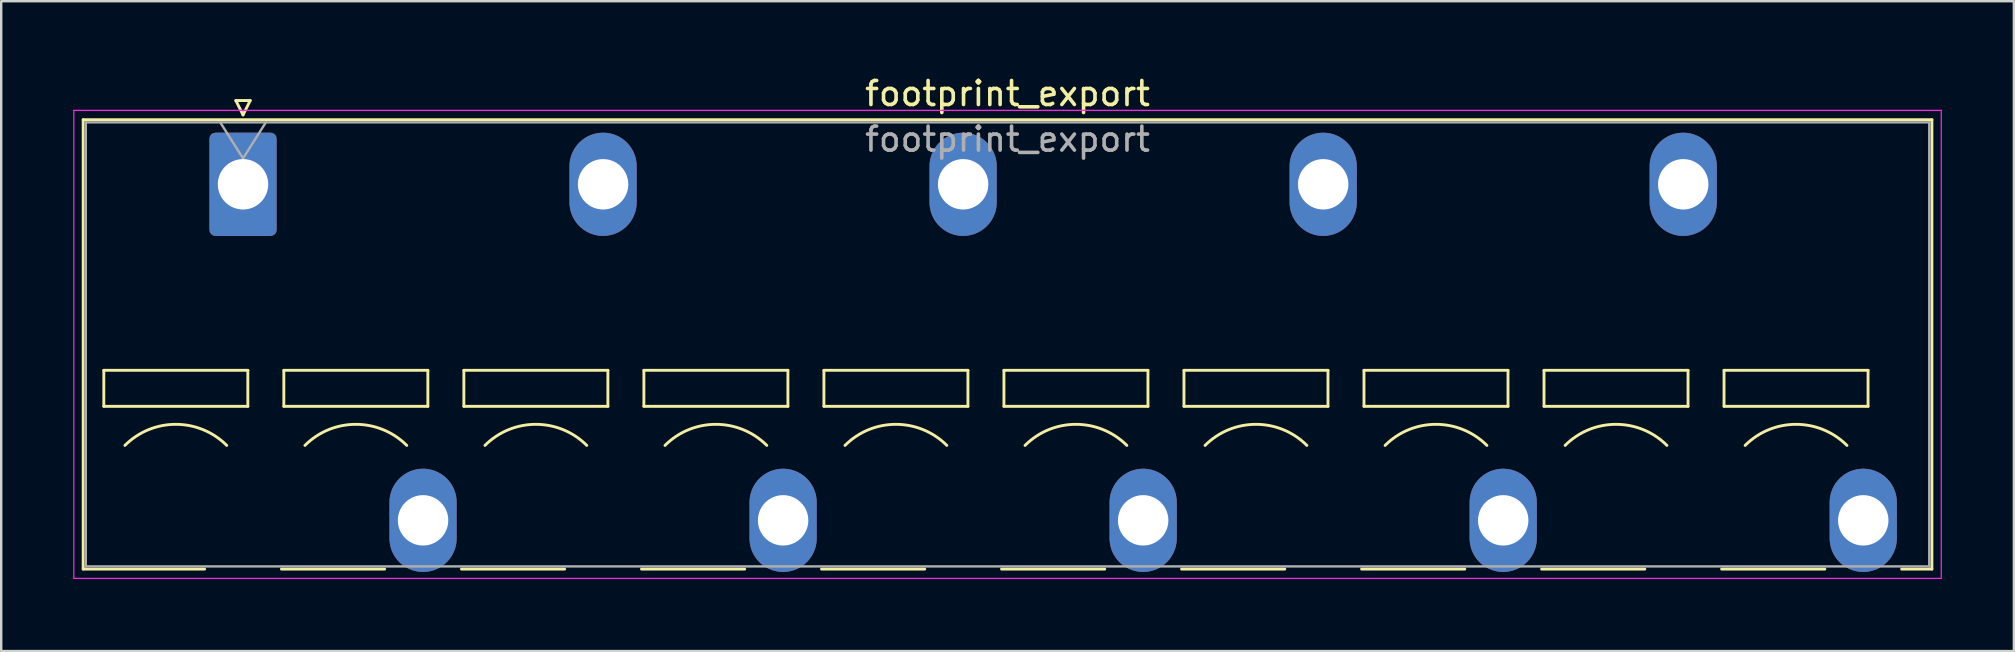
<source format=kicad_pcb>
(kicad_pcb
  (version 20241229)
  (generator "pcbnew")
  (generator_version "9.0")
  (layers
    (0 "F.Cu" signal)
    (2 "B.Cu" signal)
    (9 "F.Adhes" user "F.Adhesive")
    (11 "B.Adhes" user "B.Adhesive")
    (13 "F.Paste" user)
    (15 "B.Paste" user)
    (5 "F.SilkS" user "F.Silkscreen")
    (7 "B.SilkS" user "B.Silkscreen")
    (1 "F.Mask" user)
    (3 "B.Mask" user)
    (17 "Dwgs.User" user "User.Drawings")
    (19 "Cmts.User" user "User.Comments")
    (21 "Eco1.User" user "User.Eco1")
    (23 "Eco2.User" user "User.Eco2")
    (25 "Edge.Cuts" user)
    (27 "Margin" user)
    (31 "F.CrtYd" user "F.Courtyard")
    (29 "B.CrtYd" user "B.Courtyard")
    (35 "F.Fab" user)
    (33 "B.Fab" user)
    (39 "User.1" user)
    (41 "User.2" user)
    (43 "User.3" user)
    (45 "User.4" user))
  (footprint "footprint_export"
    (layer "F.Cu")
    (at 7.075 4.628)
    (property "Reference" "footprint_export" (at 31.85 -3.78 0) (layer "F.SilkS") (effects (font (size 1 1) (thickness 0.15))))
    (attr through_hole)
    (fp_line (start -6.66 -2.69) (end 70.36 -2.69) (stroke (width 0.12) (type solid)) (layer "F.SilkS"))
    (fp_line (start -6.66 16.03) (end -6.66 -2.69) (stroke (width 0.12) (type solid)) (layer "F.SilkS"))
    (fp_line (start -6.66 16.03) (end -1.6 16.03) (stroke (width 0.12) (type solid)) (layer "F.SilkS"))
    (fp_line (start -5.8 7.75) (end -5.8 9.25) (stroke (width 0.12) (type solid)) (layer "F.SilkS"))
    (fp_line (start -5.8 9.25) (end 0.2 9.25) (stroke (width 0.12) (type solid)) (layer "F.SilkS"))
    (fp_line (start -0.3 -3.49) (end 0 -2.89) (stroke (width 0.12) (type solid)) (layer "F.SilkS"))
    (fp_line (start -0.3 -3.49) (end 0.3 -3.49) (stroke (width 0.12) (type solid)) (layer "F.SilkS"))
    (fp_line (start 0.2 7.75) (end -5.8 7.75) (stroke (width 0.12) (type solid)) (layer "F.SilkS"))
    (fp_line (start 0.2 9.25) (end 0.2 7.75) (stroke (width 0.12) (type solid)) (layer "F.SilkS"))
    (fp_line (start 0.3 -3.49) (end 0 -2.89) (stroke (width 0.12) (type solid)) (layer "F.SilkS"))
    (fp_line (start 1.6 16.03) (end 5.9 16.03) (stroke (width 0.12) (type solid)) (layer "F.SilkS"))
    (fp_line (start 1.7 7.75) (end 1.7 9.25) (stroke (width 0.12) (type solid)) (layer "F.SilkS"))
    (fp_line (start 1.7 9.25) (end 7.7 9.25) (stroke (width 0.12) (type solid)) (layer "F.SilkS"))
    (fp_line (start 7.7 7.75) (end 1.7 7.75) (stroke (width 0.12) (type solid)) (layer "F.SilkS"))
    (fp_line (start 7.7 9.25) (end 7.7 7.75) (stroke (width 0.12) (type solid)) (layer "F.SilkS"))
    (fp_line (start 9.1 16.03) (end 13.4 16.03) (stroke (width 0.12) (type solid)) (layer "F.SilkS"))
    (fp_line (start 9.2 7.75) (end 9.2 9.25) (stroke (width 0.12) (type solid)) (layer "F.SilkS"))
    (fp_line (start 9.2 9.25) (end 15.2 9.25) (stroke (width 0.12) (type solid)) (layer "F.SilkS"))
    (fp_line (start 15.2 7.75) (end 9.2 7.75) (stroke (width 0.12) (type solid)) (layer "F.SilkS"))
    (fp_line (start 15.2 9.25) (end 15.2 7.75) (stroke (width 0.12) (type solid)) (layer "F.SilkS"))
    (fp_line (start 16.6 16.03) (end 20.9 16.03) (stroke (width 0.12) (type solid)) (layer "F.SilkS"))
    (fp_line (start 16.7 7.75) (end 16.7 9.25) (stroke (width 0.12) (type solid)) (layer "F.SilkS"))
    (fp_line (start 16.7 9.25) (end 22.7 9.25) (stroke (width 0.12) (type solid)) (layer "F.SilkS"))
    (fp_line (start 22.7 7.75) (end 16.7 7.75) (stroke (width 0.12) (type solid)) (layer "F.SilkS"))
    (fp_line (start 22.7 9.25) (end 22.7 7.75) (stroke (width 0.12) (type solid)) (layer "F.SilkS"))
    (fp_line (start 24.1 16.03) (end 28.4 16.03) (stroke (width 0.12) (type solid)) (layer "F.SilkS"))
    (fp_line (start 24.2 7.75) (end 24.2 9.25) (stroke (width 0.12) (type solid)) (layer "F.SilkS"))
    (fp_line (start 24.2 9.25) (end 30.2 9.25) (stroke (width 0.12) (type solid)) (layer "F.SilkS"))
    (fp_line (start 30.2 7.75) (end 24.2 7.75) (stroke (width 0.12) (type solid)) (layer "F.SilkS"))
    (fp_line (start 30.2 9.25) (end 30.2 7.75) (stroke (width 0.12) (type solid)) (layer "F.SilkS"))
    (fp_line (start 31.6 16.03) (end 35.9 16.03) (stroke (width 0.12) (type solid)) (layer "F.SilkS"))
    (fp_line (start 31.7 7.75) (end 31.7 9.25) (stroke (width 0.12) (type solid)) (layer "F.SilkS"))
    (fp_line (start 31.7 9.25) (end 37.7 9.25) (stroke (width 0.12) (type solid)) (layer "F.SilkS"))
    (fp_line (start 37.7 7.75) (end 31.7 7.75) (stroke (width 0.12) (type solid)) (layer "F.SilkS"))
    (fp_line (start 37.7 9.25) (end 37.7 7.75) (stroke (width 0.12) (type solid)) (layer "F.SilkS"))
    (fp_line (start 39.1 16.03) (end 43.4 16.03) (stroke (width 0.12) (type solid)) (layer "F.SilkS"))
    (fp_line (start 39.2 7.75) (end 39.2 9.25) (stroke (width 0.12) (type solid)) (layer "F.SilkS"))
    (fp_line (start 39.2 9.25) (end 45.2 9.25) (stroke (width 0.12) (type solid)) (layer "F.SilkS"))
    (fp_line (start 45.2 7.75) (end 39.2 7.75) (stroke (width 0.12) (type solid)) (layer "F.SilkS"))
    (fp_line (start 45.2 9.25) (end 45.2 7.75) (stroke (width 0.12) (type solid)) (layer "F.SilkS"))
    (fp_line (start 46.6 16.03) (end 50.9 16.03) (stroke (width 0.12) (type solid)) (layer "F.SilkS"))
    (fp_line (start 46.7 7.75) (end 46.7 9.25) (stroke (width 0.12) (type solid)) (layer "F.SilkS"))
    (fp_line (start 46.7 9.25) (end 52.7 9.25) (stroke (width 0.12) (type solid)) (layer "F.SilkS"))
    (fp_line (start 52.7 7.75) (end 46.7 7.75) (stroke (width 0.12) (type solid)) (layer "F.SilkS"))
    (fp_line (start 52.7 9.25) (end 52.7 7.75) (stroke (width 0.12) (type solid)) (layer "F.SilkS"))
    (fp_line (start 54.1 16.03) (end 58.4 16.03) (stroke (width 0.12) (type solid)) (layer "F.SilkS"))
    (fp_line (start 54.2 7.75) (end 54.2 9.25) (stroke (width 0.12) (type solid)) (layer "F.SilkS"))
    (fp_line (start 54.2 9.25) (end 60.2 9.25) (stroke (width 0.12) (type solid)) (layer "F.SilkS"))
    (fp_line (start 60.2 7.75) (end 54.2 7.75) (stroke (width 0.12) (type solid)) (layer "F.SilkS"))
    (fp_line (start 60.2 9.25) (end 60.2 7.75) (stroke (width 0.12) (type solid)) (layer "F.SilkS"))
    (fp_line (start 61.6 16.03) (end 65.9 16.03) (stroke (width 0.12) (type solid)) (layer "F.SilkS"))
    (fp_line (start 61.7 7.75) (end 61.7 9.25) (stroke (width 0.12) (type solid)) (layer "F.SilkS"))
    (fp_line (start 61.7 9.25) (end 67.7 9.25) (stroke (width 0.12) (type solid)) (layer "F.SilkS"))
    (fp_line (start 67.7 7.75) (end 61.7 7.75) (stroke (width 0.12) (type solid)) (layer "F.SilkS"))
    (fp_line (start 67.7 9.25) (end 67.7 7.75) (stroke (width 0.12) (type solid)) (layer "F.SilkS"))
    (fp_line (start 69.1 16.03) (end 70.36 16.03) (stroke (width 0.12) (type solid)) (layer "F.SilkS"))
    (fp_line (start 70.36 -2.69) (end 70.36 16.03) (stroke (width 0.12) (type solid)) (layer "F.SilkS"))
    (fp_arc (start -4.92132 10.87868) (mid -2.8 10) (end -0.67868 10.87868) (stroke (width 0.12) (type solid)) (layer "F.SilkS"))
    (fp_arc (start 2.57868 10.87868) (mid 4.7 10) (end 6.82132 10.87868) (stroke (width 0.12) (type solid)) (layer "F.SilkS"))
    (fp_arc (start 10.07868 10.87868) (mid 12.2 10) (end 14.32132 10.87868) (stroke (width 0.12) (type solid)) (layer "F.SilkS"))
    (fp_arc (start 17.57868 10.87868) (mid 19.7 10) (end 21.82132 10.87868) (stroke (width 0.12) (type solid)) (layer "F.SilkS"))
    (fp_arc (start 25.07868 10.87868) (mid 27.2 10) (end 29.32132 10.87868) (stroke (width 0.12) (type solid)) (layer "F.SilkS"))
    (fp_arc (start 32.57868 10.87868) (mid 34.7 10) (end 36.82132 10.87868) (stroke (width 0.12) (type solid)) (layer "F.SilkS"))
    (fp_arc (start 40.07868 10.87868) (mid 42.2 10) (end 44.32132 10.87868) (stroke (width 0.12) (type solid)) (layer "F.SilkS"))
    (fp_arc (start 47.57868 10.87868) (mid 49.7 10) (end 51.82132 10.87868) (stroke (width 0.12) (type solid)) (layer "F.SilkS"))
    (fp_arc (start 55.07868 10.87868) (mid 57.2 10) (end 59.32132 10.87868) (stroke (width 0.12) (type solid)) (layer "F.SilkS"))
    (fp_arc (start 62.57868 10.87868) (mid 64.7 10) (end 66.82132 10.87868) (stroke (width 0.12) (type solid)) (layer "F.SilkS"))
    (fp_line (start -7.05 -3.08) (end -7.05 16.42) (stroke (width 0.05) (type solid)) (layer "F.CrtYd"))
    (fp_line (start -7.05 16.42) (end 70.75 16.42) (stroke (width 0.05) (type solid)) (layer "F.CrtYd"))
    (fp_line (start 70.75 -3.08) (end -7.05 -3.08) (stroke (width 0.05) (type solid)) (layer "F.CrtYd"))
    (fp_line (start 70.75 16.42) (end 70.75 -3.08) (stroke (width 0.05) (type solid)) (layer "F.CrtYd"))
    (fp_line (start -6.55 -2.58) (end -6.55 15.92) (stroke (width 0.1) (type solid)) (layer "F.Fab"))
    (fp_line (start -6.55 15.92) (end 70.25 15.92) (stroke (width 0.1) (type solid)) (layer "F.Fab"))
    (fp_line (start -0.95 -2.58) (end 0 -1.08) (stroke (width 0.1) (type solid)) (layer "F.Fab"))
    (fp_line (start 0.95 -2.58) (end 0 -1.08) (stroke (width 0.1) (type solid)) (layer "F.Fab"))
    (fp_line (start 70.25 -2.58) (end -6.55 -2.58) (stroke (width 0.1) (type solid)) (layer "F.Fab"))
    (fp_line (start 70.25 15.92) (end 70.25 -2.58) (stroke (width 0.1) (type solid)) (layer "F.Fab"))
    (fp_text user "${REFERENCE}" (at 31.85 -1.88 0) (layer "F.Fab") (effects (font (size 1 1) (thickness 0.15))))
    (pad "1" thru_hole roundrect (at 0 0) (size 2.8 4.3) (drill 2.1) (layers "*.Cu" "*.Mask") (roundrect_rratio 0.089))
    (pad "2" thru_hole oval (at 7.5 14) (size 2.8 4.3) (drill 2.1) (layers "*.Cu" "*.Mask"))
    (pad "3" thru_hole oval (at 15 0) (size 2.8 4.3) (drill 2.1) (layers "*.Cu" "*.Mask"))
    (pad "4" thru_hole oval (at 22.5 14) (size 2.8 4.3) (drill 2.1) (layers "*.Cu" "*.Mask"))
    (pad "5" thru_hole oval (at 30 0) (size 2.8 4.3) (drill 2.1) (layers "*.Cu" "*.Mask"))
    (pad "6" thru_hole oval (at 37.5 14) (size 2.8 4.3) (drill 2.1) (layers "*.Cu" "*.Mask"))
    (pad "7" thru_hole oval (at 45 0) (size 2.8 4.3) (drill 2.1) (layers "*.Cu" "*.Mask"))
    (pad "8" thru_hole oval (at 52.5 14) (size 2.8 4.3) (drill 2.1) (layers "*.Cu" "*.Mask"))
    (pad "9" thru_hole oval (at 60 0) (size 2.8 4.3) (drill 2.1) (layers "*.Cu" "*.Mask"))
    (pad "10" thru_hole oval (at 67.5 14) (size 2.8 4.3) (drill 2.1) (layers "*.Cu" "*.Mask")))
  (gr_rect
    (start -3 -3)
    (end 80.85 24.073)
    (stroke (width 0.1) (type default))
    (fill no)
    (layer "Edge.Cuts")))
</source>
